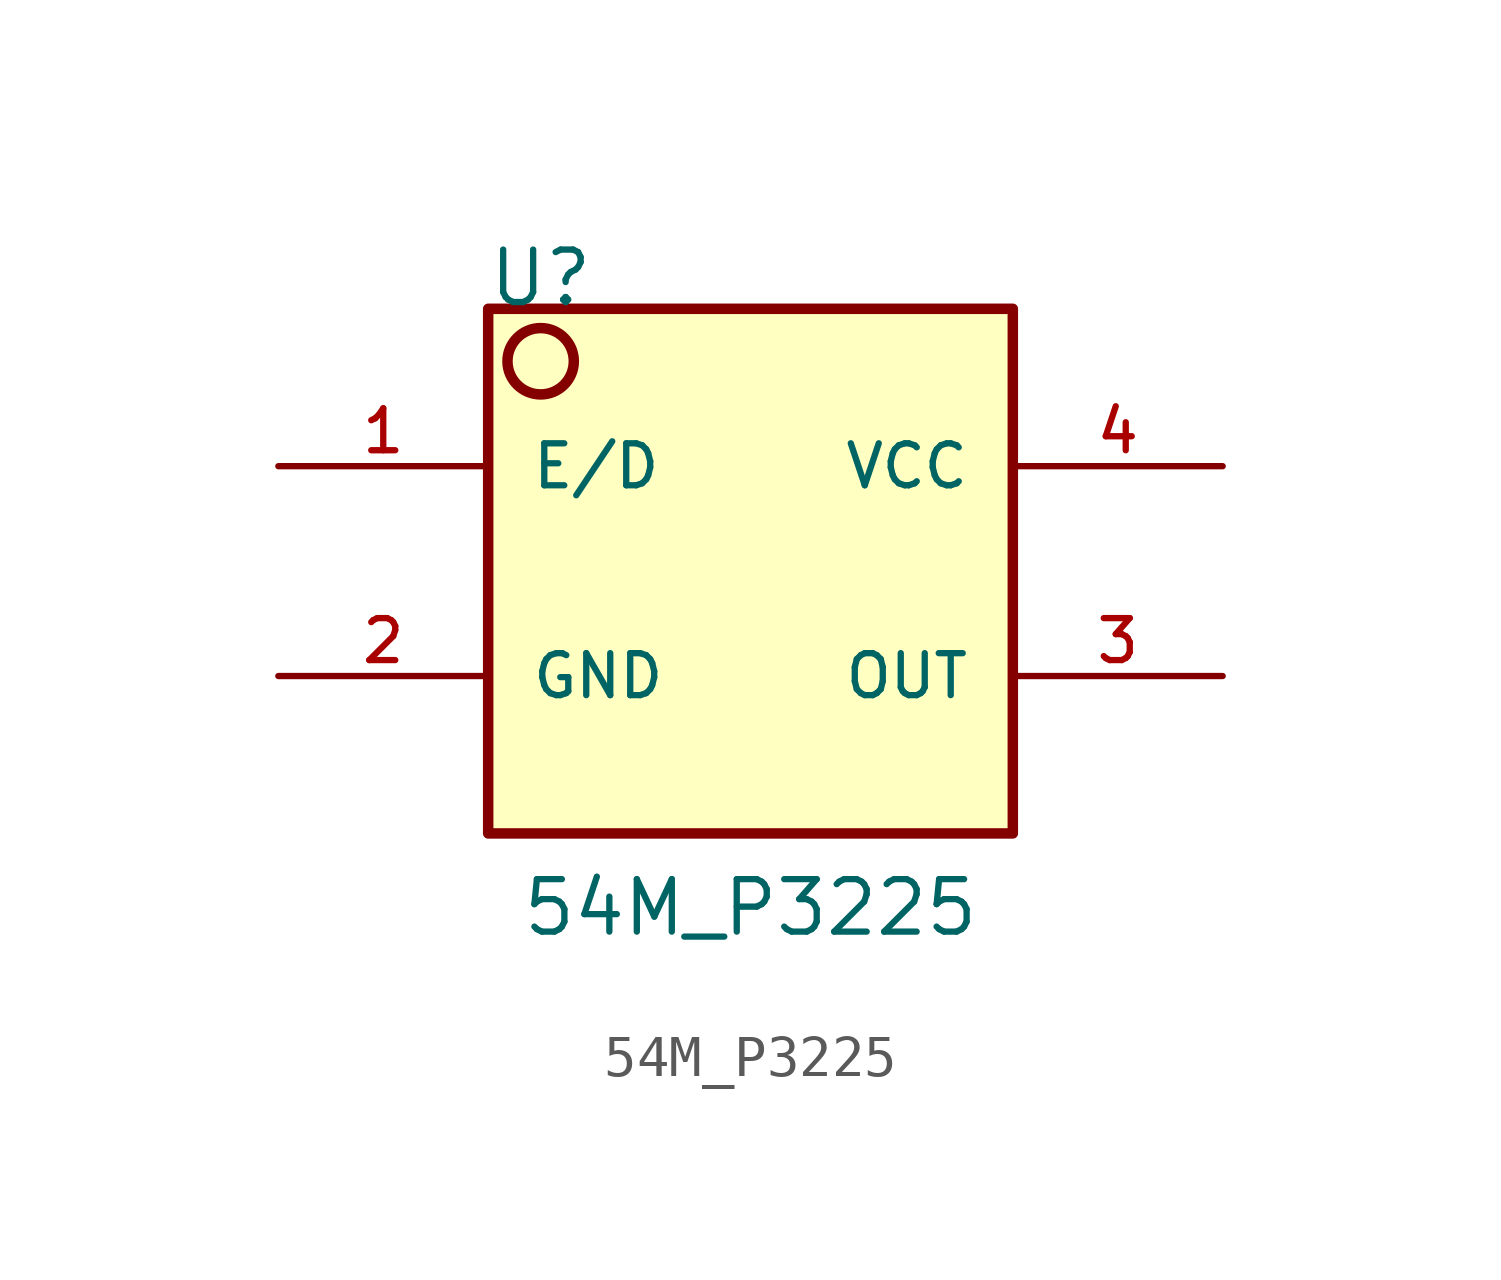
<source format=kicad_sym>
(kicad_symbol_lib
  (version 20211014)
  (generator kicad_symbol_editor)
  (symbol "54M_P3225"
    (pin_names
      (offset 1.016))
    (property "Reference" "U"
      (at -5.08 6.35 0)
      (effects (font (size 1.27 1.27)) (justify bottom)))
    (property "Value" "54M_P3225"
      (at 0 -8.89 0)
      (effects (font (size 1.27 1.27)) (justify bottom)))
    (symbol "54M_P3225_0_0"
      (rectangle (start -6.35 6.35) (end 6.35 -6.35) (stroke (width 0.254) (type default) (color 0 0 0 0)) (fill (type background)))
      (circle (center -5.08 5.08) (radius 0.803) (stroke (width 0.254) (type default) (color 0 0 0 0)) (fill (type none)))
      (pin bidirectional line (at -11.43 2.54 0) (length 5.08) (name "E/D" (effects (font (size 1.016 1.016)))) (number "1" (effects (font (size 1.016 1.016)))))
      (pin bidirectional line (at -11.43 -2.54 0) (length 5.08) (name "GND" (effects (font (size 1.016 1.016)))) (number "2" (effects (font (size 1.016 1.016)))))
      (pin bidirectional line (at 11.43 -2.54 180) (length 5.08) (name "OUT" (effects (font (size 1.016 1.016)))) (number "3" (effects (font (size 1.016 1.016)))))
      (pin bidirectional line (at 11.43 2.54 180) (length 5.08) (name "VCC" (effects (font (size 1.016 1.016)))) (number "4" (effects (font (size 1.016 1.016))))))))
</source>
